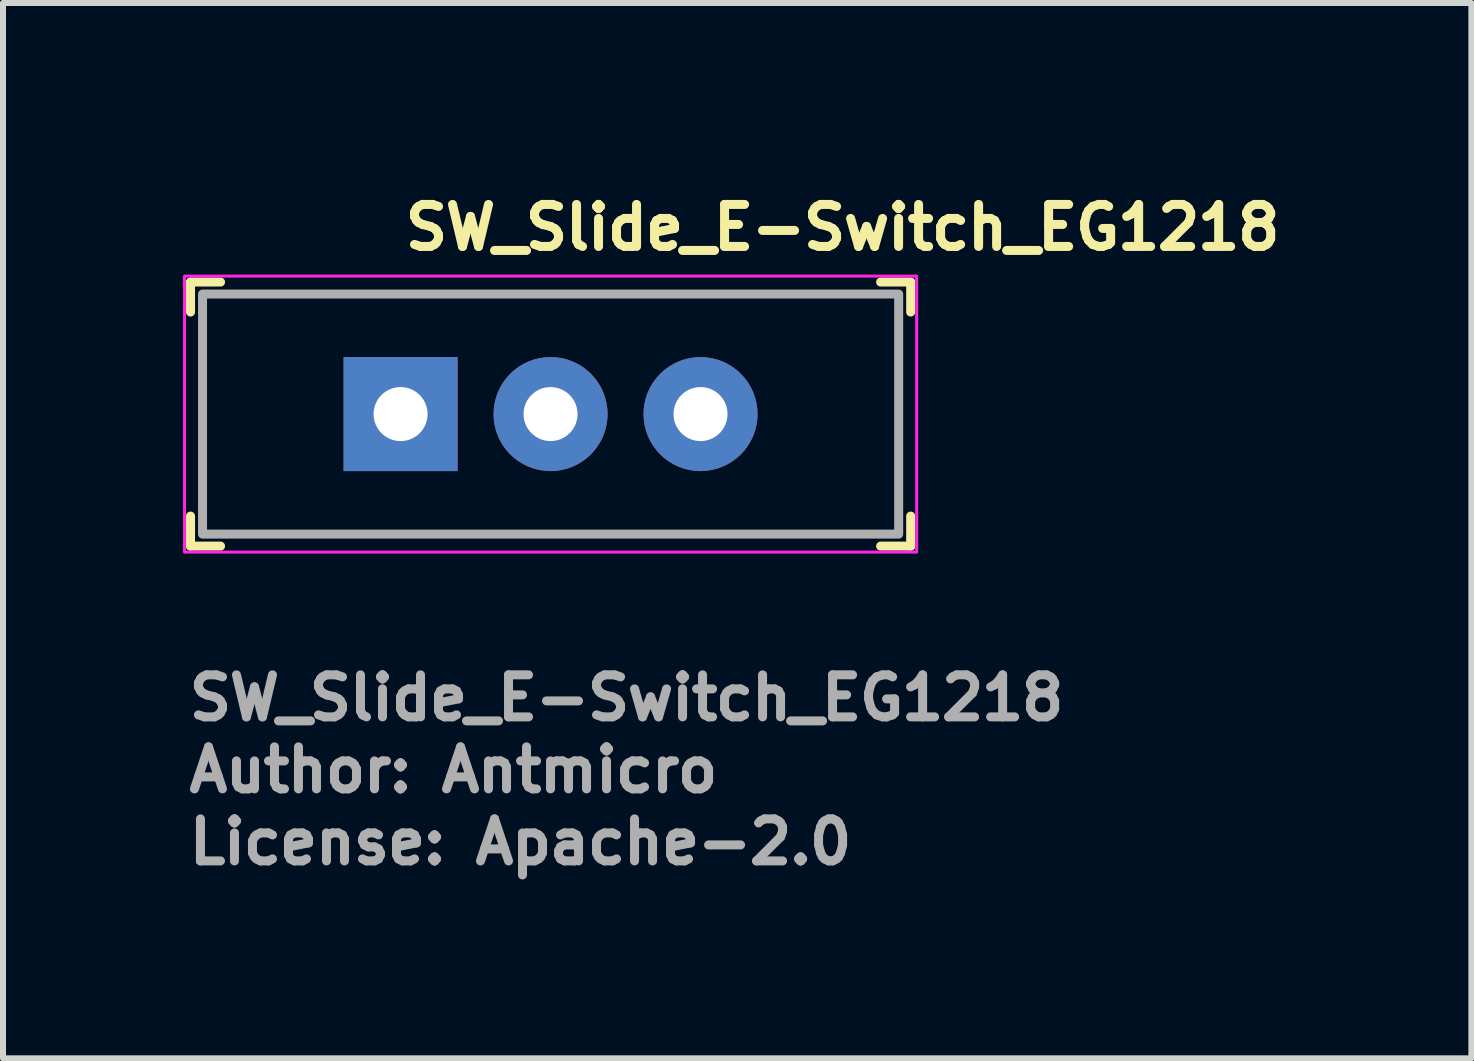
<source format=kicad_pcb>
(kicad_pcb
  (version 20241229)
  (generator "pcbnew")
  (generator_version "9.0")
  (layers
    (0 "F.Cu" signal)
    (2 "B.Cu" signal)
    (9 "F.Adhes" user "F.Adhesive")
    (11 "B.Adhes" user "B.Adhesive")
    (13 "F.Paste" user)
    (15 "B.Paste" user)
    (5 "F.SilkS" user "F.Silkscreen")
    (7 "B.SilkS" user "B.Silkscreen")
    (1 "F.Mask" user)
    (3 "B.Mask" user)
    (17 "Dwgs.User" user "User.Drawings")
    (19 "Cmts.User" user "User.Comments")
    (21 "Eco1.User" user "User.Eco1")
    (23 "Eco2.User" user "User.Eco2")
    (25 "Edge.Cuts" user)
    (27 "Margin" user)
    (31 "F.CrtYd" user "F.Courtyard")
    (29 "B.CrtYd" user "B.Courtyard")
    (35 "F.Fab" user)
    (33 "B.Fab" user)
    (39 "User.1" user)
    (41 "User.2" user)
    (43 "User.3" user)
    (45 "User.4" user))
  (footprint "SW_Slide_E-Switch_EG1218"
    (layer "F.Cu")
    (at 3.625 3.85)
    (property "Reference" "SW_Slide_E-Switch_EG1218" (at 0 -2.7 0) (layer "F.SilkS") (effects (font (size 0.7 0.7) (thickness 0.15)) (justify left bottom)))
    (attr through_hole)
    (fp_line (start -3.5 -2.2) (end -3.5 -1.7) (stroke (width 0.15) (type solid)) (layer "F.SilkS"))
    (fp_line (start -3.5 -2.2) (end -3 -2.2) (stroke (width 0.15) (type solid)) (layer "F.SilkS"))
    (fp_line (start -3.5 2.2) (end -3.5 1.7) (stroke (width 0.15) (type solid)) (layer "F.SilkS"))
    (fp_line (start -3.5 2.2) (end -3 2.2) (stroke (width 0.15) (type solid)) (layer "F.SilkS"))
    (fp_line (start 8.5 -2.2) (end 7.999 -2.2) (stroke (width 0.15) (type solid)) (layer "F.SilkS"))
    (fp_line (start 8.5 -2.2) (end 8.5 -1.7) (stroke (width 0.15) (type solid)) (layer "F.SilkS"))
    (fp_line (start 8.5 2.2) (end 7.999 2.2) (stroke (width 0.15) (type solid)) (layer "F.SilkS"))
    (fp_line (start 8.5 2.2) (end 8.5 1.7) (stroke (width 0.15) (type solid)) (layer "F.SilkS"))
    (fp_rect (start -3.6 -2.299) (end 8.6 2.3) (stroke (width 0.05) (type solid)) (fill no) (layer "F.CrtYd"))
    (fp_rect (start 8.3 -2) (end -3.3 2) (stroke (width 0.15) (type solid)) (fill no) (layer "F.Fab"))
    (fp_rect (start -3.301 -2) (end 8.3 1.999) (stroke (width 0.1) (type solid)) (fill no) (layer "User.5"))
    (fp_line (start -3.301 -2) (end 2.124 -2) (stroke (width 0.02) (type solid)) (layer "User.9"))
    (fp_line (start -3.301 -1.25) (end -3.301 -2) (stroke (width 0.02) (type solid)) (layer "User.9"))
    (fp_line (start -3.301 -1.25) (end -2.65 -1.25) (stroke (width 0.02) (type solid)) (layer "User.9"))
    (fp_line (start -3.301 1.249) (end -3.301 -1.25) (stroke (width 0.02) (type solid)) (layer "User.9"))
    (fp_line (start -3.301 1.999) (end -3.301 1.249) (stroke (width 0.02) (type solid)) (layer "User.9"))
    (fp_line (start -3.202 0.949) (end -3.202 -0.951) (stroke (width 0.02) (type solid)) (layer "User.9"))
    (fp_line (start -3.202 0.949) (end -2.65 0.949) (stroke (width 0.02) (type solid)) (layer "User.9"))
    (fp_line (start -2.702 -0.951) (end -2.702 -1.25) (stroke (width 0.02) (type solid)) (layer "User.9"))
    (fp_line (start -2.702 1.249) (end -2.702 0.949) (stroke (width 0.02) (type solid)) (layer "User.9"))
    (fp_line (start -2.65 -1.25) (end -2.65 1.249) (stroke (width 0.02) (type solid)) (layer "User.9"))
    (fp_line (start -2.65 -0.951) (end -3.202 -0.951) (stroke (width 0.02) (type solid)) (layer "User.9"))
    (fp_line (start -2.65 -0.951) (end -2.65 -1.25) (stroke (width 0.02) (type solid)) (layer "User.9"))
    (fp_line (start -2.65 1.249) (end -3.301 1.249) (stroke (width 0.02) (type solid)) (layer "User.9"))
    (fp_line (start -2.65 1.249) (end -2.65 0.949) (stroke (width 0.02) (type solid)) (layer "User.9"))
    (fp_line (start 0.248 -1.2) (end 4.748 -1.2) (stroke (width 0.02) (type solid)) (layer "User.9"))
    (fp_line (start 0.248 -1) (end 0.248 -1.2) (stroke (width 0.02) (type solid)) (layer "User.9"))
    (fp_line (start 0.248 -1) (end 2.249 -1) (stroke (width 0.02) (type solid)) (layer "User.9"))
    (fp_line (start 0.248 0.998) (end 0.248 -1) (stroke (width 0.02) (type solid)) (layer "User.9"))
    (fp_line (start 0.248 1.199) (end 0.248 0.998) (stroke (width 0.02) (type solid)) (layer "User.9"))
    (fp_line (start 2.124 -2) (end 2.874 -2) (stroke (width 0.02) (type solid)) (layer "User.9"))
    (fp_line (start 2.124 -1.95) (end 2.124 -2) (stroke (width 0.02) (type solid)) (layer "User.9"))
    (fp_line (start 2.124 -1.936) (end 2.124 -1.95) (stroke (width 0.02) (type solid)) (layer "User.9"))
    (fp_line (start 2.124 1.935) (end 2.125 1.919) (stroke (width 0.02) (type solid)) (layer "User.9"))
    (fp_line (start 2.124 1.949) (end 2.124 1.935) (stroke (width 0.02) (type solid)) (layer "User.9"))
    (fp_line (start 2.124 1.999) (end -3.301 1.999) (stroke (width 0.02) (type solid)) (layer "User.9"))
    (fp_line (start 2.124 1.999) (end 2.124 1.949) (stroke (width 0.02) (type solid)) (layer "User.9"))
    (fp_line (start 2.125 -1.922) (end 2.124 -1.936) (stroke (width 0.02) (type solid)) (layer "User.9"))
    (fp_line (start 2.125 1.919) (end 2.128 1.904) (stroke (width 0.02) (type solid)) (layer "User.9"))
    (fp_line (start 2.128 -1.907) (end 2.125 -1.922) (stroke (width 0.02) (type solid)) (layer "User.9"))
    (fp_line (start 2.128 1.904) (end 2.129 1.89) (stroke (width 0.02) (type solid)) (layer "User.9"))
    (fp_line (start 2.129 -1.893) (end 2.128 -1.907) (stroke (width 0.02) (type solid)) (layer "User.9"))
    (fp_line (start 2.129 1.89) (end 2.133 1.876) (stroke (width 0.02) (type solid)) (layer "User.9"))
    (fp_line (start 2.133 -1.877) (end 2.129 -1.893) (stroke (width 0.02) (type solid)) (layer "User.9"))
    (fp_line (start 2.133 1.876) (end 2.136 1.862) (stroke (width 0.02) (type solid)) (layer "User.9"))
    (fp_line (start 2.136 -1.863) (end 2.133 -1.877) (stroke (width 0.02) (type solid)) (layer "User.9"))
    (fp_line (start 2.136 1.862) (end 2.141 1.848) (stroke (width 0.02) (type solid)) (layer "User.9"))
    (fp_line (start 2.141 -1.849) (end 2.136 -1.863) (stroke (width 0.02) (type solid)) (layer "User.9"))
    (fp_line (start 2.141 1.848) (end 2.147 1.834) (stroke (width 0.02) (type solid)) (layer "User.9"))
    (fp_line (start 2.147 -1.837) (end 2.141 -1.849) (stroke (width 0.02) (type solid)) (layer "User.9"))
    (fp_line (start 2.147 1.834) (end 2.152 1.82) (stroke (width 0.02) (type solid)) (layer "User.9"))
    (fp_line (start 2.152 -1.823) (end 2.147 -1.837) (stroke (width 0.02) (type solid)) (layer "User.9"))
    (fp_line (start 2.152 1.82) (end 2.16 1.808) (stroke (width 0.02) (type solid)) (layer "User.9"))
    (fp_line (start 2.16 -1.809) (end 2.152 -1.823) (stroke (width 0.02) (type solid)) (layer "User.9"))
    (fp_line (start 2.16 1.808) (end 2.167 1.794) (stroke (width 0.02) (type solid)) (layer "User.9"))
    (fp_line (start 2.167 -1.797) (end 2.16 -1.809) (stroke (width 0.02) (type solid)) (layer "User.9"))
    (fp_line (start 2.167 1.794) (end 2.175 1.783) (stroke (width 0.02) (type solid)) (layer "User.9"))
    (fp_line (start 2.175 -1.784) (end 2.167 -1.797) (stroke (width 0.02) (type solid)) (layer "User.9"))
    (fp_line (start 2.175 1.783) (end 2.182 1.771) (stroke (width 0.02) (type solid)) (layer "User.9"))
    (fp_line (start 2.182 -1.772) (end 2.175 -1.784) (stroke (width 0.02) (type solid)) (layer "User.9"))
    (fp_line (start 2.182 1.771) (end 2.192 1.759) (stroke (width 0.02) (type solid)) (layer "User.9"))
    (fp_line (start 2.192 -1.76) (end 2.182 -1.772) (stroke (width 0.02) (type solid)) (layer "User.9"))
    (fp_line (start 2.192 1.759) (end 2.201 1.747) (stroke (width 0.02) (type solid)) (layer "User.9"))
    (fp_line (start 2.201 -1.75) (end 2.192 -1.76) (stroke (width 0.02) (type solid)) (layer "User.9"))
    (fp_line (start 2.201 1.747) (end 2.212 1.737) (stroke (width 0.02) (type solid)) (layer "User.9"))
    (fp_line (start 2.212 -1.738) (end 2.201 -1.75) (stroke (width 0.02) (type solid)) (layer "User.9"))
    (fp_line (start 2.212 -1.738) (end 2.212 -1.738) (stroke (width 0.02) (type solid)) (layer "User.9"))
    (fp_line (start 2.212 1.737) (end 2.212 1.737) (stroke (width 0.02) (type solid)) (layer "User.9"))
    (fp_line (start 2.212 1.737) (end 2.222 1.727) (stroke (width 0.02) (type solid)) (layer "User.9"))
    (fp_line (start 2.222 -1.728) (end 2.212 -1.738) (stroke (width 0.02) (type solid)) (layer "User.9"))
    (fp_line (start 2.222 1.727) (end 2.233 1.717) (stroke (width 0.02) (type solid)) (layer "User.9"))
    (fp_line (start 2.233 -1.718) (end 2.222 -1.728) (stroke (width 0.02) (type solid)) (layer "User.9"))
    (fp_line (start 2.233 1.717) (end 2.245 1.707) (stroke (width 0.02) (type solid)) (layer "User.9"))
    (fp_line (start 2.245 -1.71) (end 2.233 -1.718) (stroke (width 0.02) (type solid)) (layer "User.9"))
    (fp_line (start 2.245 1.707) (end 2.257 1.699) (stroke (width 0.02) (type solid)) (layer "User.9"))
    (fp_line (start 2.249 -1) (end 2.249 0.998) (stroke (width 0.02) (type solid)) (layer "User.9"))
    (fp_line (start 2.249 0.998) (end 0.248 0.998) (stroke (width 0.02) (type solid)) (layer "User.9"))
    (fp_line (start 2.257 -1.702) (end 2.245 -1.71) (stroke (width 0.02) (type solid)) (layer "User.9"))
    (fp_line (start 2.257 1.699) (end 2.269 1.691) (stroke (width 0.02) (type solid)) (layer "User.9"))
    (fp_line (start 2.269 -1.694) (end 2.257 -1.702) (stroke (width 0.02) (type solid)) (layer "User.9"))
    (fp_line (start 2.269 1.691) (end 2.282 1.685) (stroke (width 0.02) (type solid)) (layer "User.9"))
    (fp_line (start 2.282 -1.686) (end 2.269 -1.694) (stroke (width 0.02) (type solid)) (layer "User.9"))
    (fp_line (start 2.282 1.685) (end 2.296 1.677) (stroke (width 0.02) (type solid)) (layer "User.9"))
    (fp_line (start 2.296 -1.68) (end 2.282 -1.686) (stroke (width 0.02) (type solid)) (layer "User.9"))
    (fp_line (start 2.296 1.677) (end 2.31 1.671) (stroke (width 0.02) (type solid)) (layer "User.9"))
    (fp_line (start 2.31 -1.674) (end 2.296 -1.68) (stroke (width 0.02) (type solid)) (layer "User.9"))
    (fp_line (start 2.31 1.671) (end 2.322 1.667) (stroke (width 0.02) (type solid)) (layer "User.9"))
    (fp_line (start 2.322 -1.668) (end 2.31 -1.674) (stroke (width 0.02) (type solid)) (layer "User.9"))
    (fp_line (start 2.322 1.667) (end 2.337 1.662) (stroke (width 0.02) (type solid)) (layer "User.9"))
    (fp_line (start 2.337 -1.663) (end 2.322 -1.668) (stroke (width 0.02) (type solid)) (layer "User.9"))
    (fp_line (start 2.337 1.662) (end 2.35 1.658) (stroke (width 0.02) (type solid)) (layer "User.9"))
    (fp_line (start 2.35 -1.661) (end 2.337 -1.663) (stroke (width 0.02) (type solid)) (layer "User.9"))
    (fp_line (start 2.35 1.658) (end 2.366 1.654) (stroke (width 0.02) (type solid)) (layer "User.9"))
    (fp_line (start 2.366 -1.657) (end 2.35 -1.661) (stroke (width 0.02) (type solid)) (layer "User.9"))
    (fp_line (start 2.366 1.654) (end 2.379 1.652) (stroke (width 0.02) (type solid)) (layer "User.9"))
    (fp_line (start 2.379 -1.655) (end 2.366 -1.657) (stroke (width 0.02) (type solid)) (layer "User.9"))
    (fp_line (start 2.379 1.652) (end 2.394 1.65) (stroke (width 0.02) (type solid)) (layer "User.9"))
    (fp_line (start 2.394 -1.653) (end 2.379 -1.655) (stroke (width 0.02) (type solid)) (layer "User.9"))
    (fp_line (start 2.394 1.65) (end 2.41 1.65) (stroke (width 0.02) (type solid)) (layer "User.9"))
    (fp_line (start 2.41 -1.651) (end 2.394 -1.653) (stroke (width 0.02) (type solid)) (layer "User.9"))
    (fp_line (start 2.41 1.65) (end 2.423 1.648) (stroke (width 0.02) (type solid)) (layer "User.9"))
    (fp_line (start 2.423 -1.651) (end 2.41 -1.651) (stroke (width 0.02) (type solid)) (layer "User.9"))
    (fp_line (start 2.423 1.648) (end 2.575 1.648) (stroke (width 0.02) (type solid)) (layer "User.9"))
    (fp_line (start 2.575 -1.651) (end 2.423 -1.651) (stroke (width 0.02) (type solid)) (layer "User.9"))
    (fp_line (start 2.575 1.648) (end 2.588 1.65) (stroke (width 0.02) (type solid)) (layer "User.9"))
    (fp_line (start 2.588 -1.651) (end 2.575 -1.651) (stroke (width 0.02) (type solid)) (layer "User.9"))
    (fp_line (start 2.588 1.65) (end 2.604 1.65) (stroke (width 0.02) (type solid)) (layer "User.9"))
    (fp_line (start 2.604 -1.653) (end 2.588 -1.651) (stroke (width 0.02) (type solid)) (layer "User.9"))
    (fp_line (start 2.604 1.65) (end 2.619 1.652) (stroke (width 0.02) (type solid)) (layer "User.9"))
    (fp_line (start 2.619 -1.655) (end 2.604 -1.653) (stroke (width 0.02) (type solid)) (layer "User.9"))
    (fp_line (start 2.619 1.652) (end 2.632 1.654) (stroke (width 0.02) (type solid)) (layer "User.9"))
    (fp_line (start 2.632 -1.657) (end 2.619 -1.655) (stroke (width 0.02) (type solid)) (layer "User.9"))
    (fp_line (start 2.632 1.654) (end 2.648 1.658) (stroke (width 0.02) (type solid)) (layer "User.9"))
    (fp_line (start 2.648 -1.661) (end 2.632 -1.657) (stroke (width 0.02) (type solid)) (layer "User.9"))
    (fp_line (start 2.648 1.658) (end 2.661 1.662) (stroke (width 0.02) (type solid)) (layer "User.9"))
    (fp_line (start 2.661 -1.663) (end 2.648 -1.661) (stroke (width 0.02) (type solid)) (layer "User.9"))
    (fp_line (start 2.661 1.662) (end 2.676 1.667) (stroke (width 0.02) (type solid)) (layer "User.9"))
    (fp_line (start 2.676 -1.668) (end 2.661 -1.663) (stroke (width 0.02) (type solid)) (layer "User.9"))
    (fp_line (start 2.676 1.667) (end 2.689 1.671) (stroke (width 0.02) (type solid)) (layer "User.9"))
    (fp_line (start 2.689 -1.674) (end 2.676 -1.668) (stroke (width 0.02) (type solid)) (layer "User.9"))
    (fp_line (start 2.689 1.671) (end 2.702 1.677) (stroke (width 0.02) (type solid)) (layer "User.9"))
    (fp_line (start 2.702 -1.68) (end 2.689 -1.674) (stroke (width 0.02) (type solid)) (layer "User.9"))
    (fp_line (start 2.702 1.677) (end 2.716 1.685) (stroke (width 0.02) (type solid)) (layer "User.9"))
    (fp_line (start 2.716 -1.686) (end 2.702 -1.68) (stroke (width 0.02) (type solid)) (layer "User.9"))
    (fp_line (start 2.716 1.685) (end 2.729 1.691) (stroke (width 0.02) (type solid)) (layer "User.9"))
    (fp_line (start 2.729 -1.694) (end 2.716 -1.686) (stroke (width 0.02) (type solid)) (layer "User.9"))
    (fp_line (start 2.729 1.691) (end 2.741 1.699) (stroke (width 0.02) (type solid)) (layer "User.9"))
    (fp_line (start 2.741 -1.702) (end 2.729 -1.694) (stroke (width 0.02) (type solid)) (layer "User.9"))
    (fp_line (start 2.741 1.699) (end 2.753 1.707) (stroke (width 0.02) (type solid)) (layer "User.9"))
    (fp_line (start 2.753 -1.71) (end 2.741 -1.702) (stroke (width 0.02) (type solid)) (layer "User.9"))
    (fp_line (start 2.753 1.707) (end 2.765 1.717) (stroke (width 0.02) (type solid)) (layer "User.9"))
    (fp_line (start 2.765 -1.718) (end 2.753 -1.71) (stroke (width 0.02) (type solid)) (layer "User.9"))
    (fp_line (start 2.765 1.717) (end 2.776 1.727) (stroke (width 0.02) (type solid)) (layer "User.9"))
    (fp_line (start 2.776 -1.728) (end 2.765 -1.718) (stroke (width 0.02) (type solid)) (layer "User.9"))
    (fp_line (start 2.776 1.727) (end 2.786 1.737) (stroke (width 0.02) (type solid)) (layer "User.9"))
    (fp_line (start 2.786 -1.738) (end 2.776 -1.728) (stroke (width 0.02) (type solid)) (layer "User.9"))
    (fp_line (start 2.786 -1.738) (end 2.786 -1.738) (stroke (width 0.02) (type solid)) (layer "User.9"))
    (fp_line (start 2.786 1.737) (end 2.786 1.737) (stroke (width 0.02) (type solid)) (layer "User.9"))
    (fp_line (start 2.786 1.737) (end 2.797 1.747) (stroke (width 0.02) (type solid)) (layer "User.9"))
    (fp_line (start 2.797 -1.75) (end 2.786 -1.738) (stroke (width 0.02) (type solid)) (layer "User.9"))
    (fp_line (start 2.797 1.747) (end 2.806 1.759) (stroke (width 0.02) (type solid)) (layer "User.9"))
    (fp_line (start 2.806 -1.76) (end 2.797 -1.75) (stroke (width 0.02) (type solid)) (layer "User.9"))
    (fp_line (start 2.806 1.759) (end 2.815 1.771) (stroke (width 0.02) (type solid)) (layer "User.9"))
    (fp_line (start 2.815 -1.772) (end 2.806 -1.76) (stroke (width 0.02) (type solid)) (layer "User.9"))
    (fp_line (start 2.815 1.771) (end 2.823 1.783) (stroke (width 0.02) (type solid)) (layer "User.9"))
    (fp_line (start 2.823 -1.784) (end 2.815 -1.772) (stroke (width 0.02) (type solid)) (layer "User.9"))
    (fp_line (start 2.823 1.783) (end 2.831 1.794) (stroke (width 0.02) (type solid)) (layer "User.9"))
    (fp_line (start 2.831 -1.797) (end 2.823 -1.784) (stroke (width 0.02) (type solid)) (layer "User.9"))
    (fp_line (start 2.831 1.794) (end 2.838 1.808) (stroke (width 0.02) (type solid)) (layer "User.9"))
    (fp_line (start 2.838 -1.809) (end 2.831 -1.797) (stroke (width 0.02) (type solid)) (layer "User.9"))
    (fp_line (start 2.838 1.808) (end 2.846 1.82) (stroke (width 0.02) (type solid)) (layer "User.9"))
    (fp_line (start 2.846 -1.823) (end 2.838 -1.809) (stroke (width 0.02) (type solid)) (layer "User.9"))
    (fp_line (start 2.846 1.82) (end 2.851 1.834) (stroke (width 0.02) (type solid)) (layer "User.9"))
    (fp_line (start 2.851 -1.837) (end 2.846 -1.823) (stroke (width 0.02) (type solid)) (layer "User.9"))
    (fp_line (start 2.851 1.834) (end 2.857 1.848) (stroke (width 0.02) (type solid)) (layer "User.9"))
    (fp_line (start 2.857 -1.849) (end 2.851 -1.837) (stroke (width 0.02) (type solid)) (layer "User.9"))
    (fp_line (start 2.857 1.848) (end 2.862 1.862) (stroke (width 0.02) (type solid)) (layer "User.9"))
    (fp_line (start 2.862 -1.863) (end 2.857 -1.849) (stroke (width 0.02) (type solid)) (layer "User.9"))
    (fp_line (start 2.862 1.862) (end 2.865 1.876) (stroke (width 0.02) (type solid)) (layer "User.9"))
    (fp_line (start 2.865 -1.877) (end 2.862 -1.863) (stroke (width 0.02) (type solid)) (layer "User.9"))
    (fp_line (start 2.865 1.876) (end 2.869 1.89) (stroke (width 0.02) (type solid)) (layer "User.9"))
    (fp_line (start 2.869 -1.893) (end 2.865 -1.877) (stroke (width 0.02) (type solid)) (layer "User.9"))
    (fp_line (start 2.869 1.89) (end 2.87 1.904) (stroke (width 0.02) (type solid)) (layer "User.9"))
    (fp_line (start 2.87 -1.907) (end 2.869 -1.893) (stroke (width 0.02) (type solid)) (layer "User.9"))
    (fp_line (start 2.87 1.904) (end 2.873 1.919) (stroke (width 0.02) (type solid)) (layer "User.9"))
    (fp_line (start 2.873 -1.922) (end 2.87 -1.907) (stroke (width 0.02) (type solid)) (layer "User.9"))
    (fp_line (start 2.873 1.919) (end 2.874 1.935) (stroke (width 0.02) (type solid)) (layer "User.9"))
    (fp_line (start 2.874 -2) (end 2.874 -1.95) (stroke (width 0.02) (type solid)) (layer "User.9"))
    (fp_line (start 2.874 -2) (end 8.3 -2) (stroke (width 0.02) (type solid)) (layer "User.9"))
    (fp_line (start 2.874 -1.95) (end 2.874 -1.936) (stroke (width 0.02) (type solid)) (layer "User.9"))
    (fp_line (start 2.874 -1.936) (end 2.873 -1.922) (stroke (width 0.02) (type solid)) (layer "User.9"))
    (fp_line (start 2.874 1.935) (end 2.874 1.949) (stroke (width 0.02) (type solid)) (layer "User.9"))
    (fp_line (start 2.874 1.949) (end 2.874 1.999) (stroke (width 0.02) (type solid)) (layer "User.9"))
    (fp_line (start 2.874 1.999) (end 2.124 1.999) (stroke (width 0.02) (type solid)) (layer "User.9"))
    (fp_line (start 4.623 0.248) (end 4.748 0.248) (stroke (width 0.02) (type solid)) (layer "User.9"))
    (fp_line (start 4.623 1.199) (end 4.623 -1.2) (stroke (width 0.02) (type solid)) (layer "User.9"))
    (fp_line (start 4.748 -1.2) (end 4.748 1.199) (stroke (width 0.02) (type solid)) (layer "User.9"))
    (fp_line (start 4.748 -0.25) (end 4.623 -0.25) (stroke (width 0.02) (type solid)) (layer "User.9"))
    (fp_line (start 4.748 1.199) (end 0.248 1.199) (stroke (width 0.02) (type solid)) (layer "User.9"))
    (fp_line (start 7.65 -1.25) (end 7.65 -0.951) (stroke (width 0.02) (type solid)) (layer "User.9"))
    (fp_line (start 7.65 -1.25) (end 8.3 -1.25) (stroke (width 0.02) (type solid)) (layer "User.9"))
    (fp_line (start 7.65 0.949) (end 7.65 1.249) (stroke (width 0.02) (type solid)) (layer "User.9"))
    (fp_line (start 7.65 0.949) (end 8.198 0.949) (stroke (width 0.02) (type solid)) (layer "User.9"))
    (fp_line (start 7.65 1.249) (end 7.65 -1.25) (stroke (width 0.02) (type solid)) (layer "User.9"))
    (fp_line (start 7.7 -1.25) (end 7.7 -0.951) (stroke (width 0.02) (type solid)) (layer "User.9"))
    (fp_line (start 7.7 0.949) (end 7.7 1.249) (stroke (width 0.02) (type solid)) (layer "User.9"))
    (fp_line (start 8.198 -0.951) (end 7.65 -0.951) (stroke (width 0.02) (type solid)) (layer "User.9"))
    (fp_line (start 8.198 -0.951) (end 8.198 0.949) (stroke (width 0.02) (type solid)) (layer "User.9"))
    (fp_line (start 8.3 -2) (end 8.3 -1.25) (stroke (width 0.02) (type solid)) (layer "User.9"))
    (fp_line (start 8.3 -1.25) (end 8.3 1.249) (stroke (width 0.02) (type solid)) (layer "User.9"))
    (fp_line (start 8.3 1.249) (end 7.65 1.249) (stroke (width 0.02) (type solid)) (layer "User.9"))
    (fp_line (start 8.3 1.249) (end 8.3 1.999) (stroke (width 0.02) (type solid)) (layer "User.9"))
    (fp_line (start 8.3 1.999) (end 2.874 1.999) (stroke (width 0.02) (type solid)) (layer "User.9"))
    (fp_text user "Author: Antmicro" (at -3.6 6.339 0) (layer "F.Fab") (effects (font (size 0.7 0.7) (thickness 0.15)) (justify left bottom)))
    (fp_text user "${REFERENCE}" (at -3.6 5.139 0) (layer "F.Fab") (effects (font (size 0.7 0.7) (thickness 0.15)) (justify left bottom)))
    (fp_text user "License: Apache-2.0" (at -3.6 7.539 0) (layer "F.Fab") (effects (font (size 0.7 0.7) (thickness 0.15)) (justify left bottom)))
    (pad "1" thru_hole rect (at 0 0) (size 1.9 1.9) (drill 0.9) (layers "*.Cu" "*.Mask"))
    (pad "2" thru_hole circle (at 2.499 0) (size 1.9 1.9) (drill 0.9) (layers "*.Cu" "*.Mask"))
    (pad "3" thru_hole circle (at 4.998 0) (size 1.9 1.9) (drill 0.9) (layers "*.Cu" "*.Mask")))
  (gr_rect
    (start -3 -3)
    (end 21.468 14.585)
    (stroke (width 0.1) (type default))
    (fill no)
    (layer "Edge.Cuts")))
</source>
